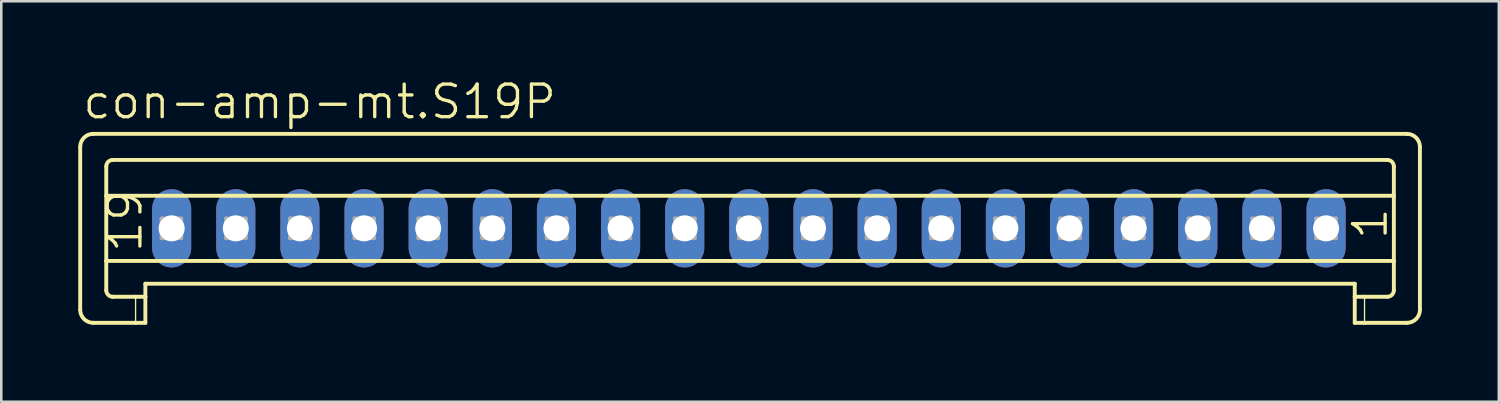
<source format=kicad_pcb>
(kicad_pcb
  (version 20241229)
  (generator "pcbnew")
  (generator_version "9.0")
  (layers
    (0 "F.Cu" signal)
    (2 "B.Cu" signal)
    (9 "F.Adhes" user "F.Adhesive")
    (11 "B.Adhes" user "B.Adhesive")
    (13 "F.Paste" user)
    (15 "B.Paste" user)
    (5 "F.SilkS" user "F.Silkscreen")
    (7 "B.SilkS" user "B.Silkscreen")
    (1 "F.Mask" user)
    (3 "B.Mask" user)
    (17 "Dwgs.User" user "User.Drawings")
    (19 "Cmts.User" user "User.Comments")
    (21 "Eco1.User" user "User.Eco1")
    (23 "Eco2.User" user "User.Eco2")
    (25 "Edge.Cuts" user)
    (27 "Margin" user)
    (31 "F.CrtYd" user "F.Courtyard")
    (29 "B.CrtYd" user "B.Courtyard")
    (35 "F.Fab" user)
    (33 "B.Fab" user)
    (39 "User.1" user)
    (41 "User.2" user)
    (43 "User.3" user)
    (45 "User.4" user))
  (footprint "con-amp-mt.S19P"
    (layer "F.Cu")
    (at 26.141 5.851)
    (property "Reference" "con-amp-mt.S19P" (at -26.039 -4.191 0) (layer "F.SilkS") (effects (font (size 1.27 1.27) (thickness 0.13)) (justify left bottom)))
    (attr through_hole)
    (fp_line (start -26.065 -3.175) (end -26.065 3.175) (stroke (width 0.152) (type default)) (layer "F.SilkS"))
    (fp_line (start -25.557 -3.683) (end 25.65 -3.683) (stroke (width 0.152) (type default)) (layer "F.SilkS"))
    (fp_line (start -25.049 -1.27) (end -25.049 -2.413) (stroke (width 0.152) (type default)) (layer "F.SilkS"))
    (fp_line (start -25.049 -1.27) (end 25.142 -1.27) (stroke (width 0.152) (type default)) (layer "F.SilkS"))
    (fp_line (start -25.049 1.27) (end -25.049 -1.27) (stroke (width 0.152) (type default)) (layer "F.SilkS"))
    (fp_line (start -25.049 1.27) (end 25.142 1.27) (stroke (width 0.152) (type default)) (layer "F.SilkS"))
    (fp_line (start -25.049 2.413) (end -25.049 1.27) (stroke (width 0.152) (type default)) (layer "F.SilkS"))
    (fp_line (start -24.795 -2.667) (end 24.888 -2.667) (stroke (width 0.152) (type default)) (layer "F.SilkS"))
    (fp_line (start -24.795 2.667) (end -23.906 2.667) (stroke (width 0.152) (type default)) (layer "F.SilkS"))
    (fp_line (start -23.906 2.667) (end -23.906 3.683) (stroke (width 0.051) (type default)) (layer "F.SilkS"))
    (fp_line (start -23.906 2.667) (end -23.525 2.667) (stroke (width 0.152) (type default)) (layer "F.SilkS"))
    (fp_line (start -23.906 3.683) (end -25.557 3.683) (stroke (width 0.152) (type default)) (layer "F.SilkS"))
    (fp_line (start -23.525 2.159) (end 23.618 2.159) (stroke (width 0.152) (type default)) (layer "F.SilkS"))
    (fp_line (start -23.525 2.667) (end -23.525 2.159) (stroke (width 0.152) (type default)) (layer "F.SilkS"))
    (fp_line (start -23.525 2.667) (end -23.525 3.683) (stroke (width 0.152) (type default)) (layer "F.SilkS"))
    (fp_line (start -23.525 3.683) (end -23.906 3.683) (stroke (width 0.152) (type default)) (layer "F.SilkS"))
    (fp_line (start 23.618 2.667) (end 23.618 2.159) (stroke (width 0.152) (type default)) (layer "F.SilkS"))
    (fp_line (start 23.618 2.667) (end 23.999 2.667) (stroke (width 0.152) (type default)) (layer "F.SilkS"))
    (fp_line (start 23.618 3.683) (end 23.618 2.667) (stroke (width 0.152) (type default)) (layer "F.SilkS"))
    (fp_line (start 23.999 2.667) (end 23.999 3.683) (stroke (width 0.051) (type default)) (layer "F.SilkS"))
    (fp_line (start 23.999 2.667) (end 24.888 2.667) (stroke (width 0.152) (type default)) (layer "F.SilkS"))
    (fp_line (start 23.999 3.683) (end 23.618 3.683) (stroke (width 0.152) (type default)) (layer "F.SilkS"))
    (fp_line (start 25.142 -1.27) (end 25.142 -2.413) (stroke (width 0.152) (type default)) (layer "F.SilkS"))
    (fp_line (start 25.142 1.27) (end 25.142 -1.27) (stroke (width 0.152) (type default)) (layer "F.SilkS"))
    (fp_line (start 25.142 2.413) (end 25.142 1.27) (stroke (width 0.152) (type default)) (layer "F.SilkS"))
    (fp_line (start 25.65 3.683) (end 23.999 3.683) (stroke (width 0.152) (type default)) (layer "F.SilkS"))
    (fp_line (start 26.158 -3.175) (end 26.158 3.175) (stroke (width 0.152) (type default)) (layer "F.SilkS"))
    (fp_arc (start -26.065 -3.175) (mid -25.91621 -3.53421) (end -25.557 -3.683) (stroke (width 0.1524) (type default)) (layer "F.SilkS"))
    (fp_arc (start -25.557 3.683) (mid -25.91621 3.53421) (end -26.065 3.175) (stroke (width 0.1524) (type default)) (layer "F.SilkS"))
    (fp_arc (start -25.049 -2.413) (mid -24.974605 -2.592605) (end -24.795 -2.667) (stroke (width 0.1524) (type default)) (layer "F.SilkS"))
    (fp_arc (start -24.795 2.667) (mid -24.974605 2.592605) (end -25.049 2.413) (stroke (width 0.1524) (type default)) (layer "F.SilkS"))
    (fp_arc (start 24.888 -2.667) (mid 25.067605 -2.592605) (end 25.142 -2.413) (stroke (width 0.1524) (type default)) (layer "F.SilkS"))
    (fp_arc (start 25.142 2.413) (mid 25.067605 2.592605) (end 24.888 2.667) (stroke (width 0.1524) (type default)) (layer "F.SilkS"))
    (fp_arc (start 25.65 -3.683) (mid 26.00921 -3.53421) (end 26.158 -3.175) (stroke (width 0.1524) (type default)) (layer "F.SilkS"))
    (fp_arc (start 26.158 3.175) (mid 26.00921 3.53421) (end 25.65 3.683) (stroke (width 0.1524) (type default)) (layer "F.SilkS"))
    (fp_line (start -22.89 -0.381) (end -22.89 0.381) (stroke (width 0.152) (type default)) (layer "F.Fab"))
    (fp_line (start -22.89 -0.381) (end -22.128 0.381) (stroke (width 0.152) (type default)) (layer "F.Fab"))
    (fp_line (start -22.89 0.381) (end -22.128 0.381) (stroke (width 0.152) (type default)) (layer "F.Fab"))
    (fp_line (start -22.128 -0.381) (end -22.89 -0.381) (stroke (width 0.152) (type default)) (layer "F.Fab"))
    (fp_line (start -22.128 -0.381) (end -22.89 0.381) (stroke (width 0.152) (type default)) (layer "F.Fab"))
    (fp_line (start -22.128 0.381) (end -22.128 -0.381) (stroke (width 0.152) (type default)) (layer "F.Fab"))
    (fp_line (start -20.375 -0.381) (end -20.375 0.381) (stroke (width 0.152) (type default)) (layer "F.Fab"))
    (fp_line (start -20.375 -0.381) (end -19.613 0.381) (stroke (width 0.152) (type default)) (layer "F.Fab"))
    (fp_line (start -20.375 0.381) (end -19.613 0.381) (stroke (width 0.152) (type default)) (layer "F.Fab"))
    (fp_line (start -19.613 -0.381) (end -20.375 -0.381) (stroke (width 0.152) (type default)) (layer "F.Fab"))
    (fp_line (start -19.613 -0.381) (end -20.375 0.381) (stroke (width 0.152) (type default)) (layer "F.Fab"))
    (fp_line (start -19.613 0.381) (end -19.613 -0.381) (stroke (width 0.152) (type default)) (layer "F.Fab"))
    (fp_line (start -17.886 -0.381) (end -17.886 0.381) (stroke (width 0.152) (type default)) (layer "F.Fab"))
    (fp_line (start -17.886 -0.381) (end -17.124 0.381) (stroke (width 0.152) (type default)) (layer "F.Fab"))
    (fp_line (start -17.886 0.381) (end -17.124 0.381) (stroke (width 0.152) (type default)) (layer "F.Fab"))
    (fp_line (start -17.124 -0.381) (end -17.886 -0.381) (stroke (width 0.152) (type default)) (layer "F.Fab"))
    (fp_line (start -17.124 -0.381) (end -17.886 0.381) (stroke (width 0.152) (type default)) (layer "F.Fab"))
    (fp_line (start -17.124 0.381) (end -17.124 -0.381) (stroke (width 0.152) (type default)) (layer "F.Fab"))
    (fp_line (start -15.371 -0.381) (end -15.371 0.381) (stroke (width 0.152) (type default)) (layer "F.Fab"))
    (fp_line (start -15.371 -0.381) (end -14.609 0.381) (stroke (width 0.152) (type default)) (layer "F.Fab"))
    (fp_line (start -15.371 0.381) (end -14.609 0.381) (stroke (width 0.152) (type default)) (layer "F.Fab"))
    (fp_line (start -14.609 -0.381) (end -15.371 -0.381) (stroke (width 0.152) (type default)) (layer "F.Fab"))
    (fp_line (start -14.609 -0.381) (end -15.371 0.381) (stroke (width 0.152) (type default)) (layer "F.Fab"))
    (fp_line (start -14.609 0.381) (end -14.609 -0.381) (stroke (width 0.152) (type default)) (layer "F.Fab"))
    (fp_line (start -12.882 -0.381) (end -12.882 0.381) (stroke (width 0.152) (type default)) (layer "F.Fab"))
    (fp_line (start -12.882 -0.381) (end -12.12 0.381) (stroke (width 0.152) (type default)) (layer "F.Fab"))
    (fp_line (start -12.882 0.381) (end -12.12 0.381) (stroke (width 0.152) (type default)) (layer "F.Fab"))
    (fp_line (start -12.12 -0.381) (end -12.882 -0.381) (stroke (width 0.152) (type default)) (layer "F.Fab"))
    (fp_line (start -12.12 -0.381) (end -12.882 0.381) (stroke (width 0.152) (type default)) (layer "F.Fab"))
    (fp_line (start -12.12 0.381) (end -12.12 -0.381) (stroke (width 0.152) (type default)) (layer "F.Fab"))
    (fp_line (start -10.393 -0.381) (end -10.393 0.381) (stroke (width 0.152) (type default)) (layer "F.Fab"))
    (fp_line (start -10.393 -0.381) (end -9.631 0.381) (stroke (width 0.152) (type default)) (layer "F.Fab"))
    (fp_line (start -10.393 0.381) (end -9.631 0.381) (stroke (width 0.152) (type default)) (layer "F.Fab"))
    (fp_line (start -9.631 -0.381) (end -10.393 -0.381) (stroke (width 0.152) (type default)) (layer "F.Fab"))
    (fp_line (start -9.631 -0.381) (end -10.393 0.381) (stroke (width 0.152) (type default)) (layer "F.Fab"))
    (fp_line (start -9.631 0.381) (end -9.631 -0.381) (stroke (width 0.152) (type default)) (layer "F.Fab"))
    (fp_line (start -7.878 -0.381) (end -7.878 0.381) (stroke (width 0.152) (type default)) (layer "F.Fab"))
    (fp_line (start -7.878 -0.381) (end -7.116 0.381) (stroke (width 0.152) (type default)) (layer "F.Fab"))
    (fp_line (start -7.878 0.381) (end -7.116 0.381) (stroke (width 0.152) (type default)) (layer "F.Fab"))
    (fp_line (start -7.116 -0.381) (end -7.878 -0.381) (stroke (width 0.152) (type default)) (layer "F.Fab"))
    (fp_line (start -7.116 -0.381) (end -7.878 0.381) (stroke (width 0.152) (type default)) (layer "F.Fab"))
    (fp_line (start -7.116 0.381) (end -7.116 -0.381) (stroke (width 0.152) (type default)) (layer "F.Fab"))
    (fp_line (start -5.389 -0.381) (end -5.389 0.381) (stroke (width 0.152) (type default)) (layer "F.Fab"))
    (fp_line (start -5.389 -0.381) (end -4.627 0.381) (stroke (width 0.152) (type default)) (layer "F.Fab"))
    (fp_line (start -5.389 0.381) (end -4.627 0.381) (stroke (width 0.152) (type default)) (layer "F.Fab"))
    (fp_line (start -4.627 -0.381) (end -5.389 -0.381) (stroke (width 0.152) (type default)) (layer "F.Fab"))
    (fp_line (start -4.627 -0.381) (end -5.389 0.381) (stroke (width 0.152) (type default)) (layer "F.Fab"))
    (fp_line (start -4.627 0.381) (end -4.627 -0.381) (stroke (width 0.152) (type default)) (layer "F.Fab"))
    (fp_line (start -2.875 -0.381) (end -2.875 0.381) (stroke (width 0.152) (type default)) (layer "F.Fab"))
    (fp_line (start -2.875 -0.381) (end -2.113 0.381) (stroke (width 0.152) (type default)) (layer "F.Fab"))
    (fp_line (start -2.875 0.381) (end -2.113 0.381) (stroke (width 0.152) (type default)) (layer "F.Fab"))
    (fp_line (start -2.113 -0.381) (end -2.875 -0.381) (stroke (width 0.152) (type default)) (layer "F.Fab"))
    (fp_line (start -2.113 -0.381) (end -2.875 0.381) (stroke (width 0.152) (type default)) (layer "F.Fab"))
    (fp_line (start -2.113 0.381) (end -2.113 -0.381) (stroke (width 0.152) (type default)) (layer "F.Fab"))
    (fp_line (start -0.385 -0.381) (end -0.385 0.381) (stroke (width 0.152) (type default)) (layer "F.Fab"))
    (fp_line (start -0.385 -0.381) (end 0.377 0.381) (stroke (width 0.152) (type default)) (layer "F.Fab"))
    (fp_line (start -0.385 0.381) (end 0.377 0.381) (stroke (width 0.152) (type default)) (layer "F.Fab"))
    (fp_line (start 0.377 -0.381) (end -0.385 -0.381) (stroke (width 0.152) (type default)) (layer "F.Fab"))
    (fp_line (start 0.377 -0.381) (end -0.385 0.381) (stroke (width 0.152) (type default)) (layer "F.Fab"))
    (fp_line (start 0.377 0.381) (end 0.377 -0.381) (stroke (width 0.152) (type default)) (layer "F.Fab"))
    (fp_line (start 2.104 -0.381) (end 2.104 0.381) (stroke (width 0.152) (type default)) (layer "F.Fab"))
    (fp_line (start 2.104 -0.381) (end 2.866 0.381) (stroke (width 0.152) (type default)) (layer "F.Fab"))
    (fp_line (start 2.104 0.381) (end 2.866 0.381) (stroke (width 0.152) (type default)) (layer "F.Fab"))
    (fp_line (start 2.866 -0.381) (end 2.104 -0.381) (stroke (width 0.152) (type default)) (layer "F.Fab"))
    (fp_line (start 2.866 -0.381) (end 2.104 0.381) (stroke (width 0.152) (type default)) (layer "F.Fab"))
    (fp_line (start 2.866 0.381) (end 2.866 -0.381) (stroke (width 0.152) (type default)) (layer "F.Fab"))
    (fp_line (start 4.593 -0.381) (end 4.593 0.381) (stroke (width 0.152) (type default)) (layer "F.Fab"))
    (fp_line (start 4.593 -0.381) (end 5.355 0.381) (stroke (width 0.152) (type default)) (layer "F.Fab"))
    (fp_line (start 4.593 0.381) (end 5.355 0.381) (stroke (width 0.152) (type default)) (layer "F.Fab"))
    (fp_line (start 5.355 -0.381) (end 4.593 -0.381) (stroke (width 0.152) (type default)) (layer "F.Fab"))
    (fp_line (start 5.355 -0.381) (end 4.593 0.381) (stroke (width 0.152) (type default)) (layer "F.Fab"))
    (fp_line (start 5.355 0.381) (end 5.355 -0.381) (stroke (width 0.152) (type default)) (layer "F.Fab"))
    (fp_line (start 7.108 -0.381) (end 7.108 0.381) (stroke (width 0.152) (type default)) (layer "F.Fab"))
    (fp_line (start 7.108 -0.381) (end 7.87 0.381) (stroke (width 0.152) (type default)) (layer "F.Fab"))
    (fp_line (start 7.108 0.381) (end 7.87 0.381) (stroke (width 0.152) (type default)) (layer "F.Fab"))
    (fp_line (start 7.87 -0.381) (end 7.108 -0.381) (stroke (width 0.152) (type default)) (layer "F.Fab"))
    (fp_line (start 7.87 -0.381) (end 7.108 0.381) (stroke (width 0.152) (type default)) (layer "F.Fab"))
    (fp_line (start 7.87 0.381) (end 7.87 -0.381) (stroke (width 0.152) (type default)) (layer "F.Fab"))
    (fp_line (start 9.597 -0.381) (end 9.597 0.381) (stroke (width 0.152) (type default)) (layer "F.Fab"))
    (fp_line (start 9.597 -0.381) (end 10.359 0.381) (stroke (width 0.152) (type default)) (layer "F.Fab"))
    (fp_line (start 9.597 0.381) (end 10.359 0.381) (stroke (width 0.152) (type default)) (layer "F.Fab"))
    (fp_line (start 10.359 -0.381) (end 9.597 -0.381) (stroke (width 0.152) (type default)) (layer "F.Fab"))
    (fp_line (start 10.359 -0.381) (end 9.597 0.381) (stroke (width 0.152) (type default)) (layer "F.Fab"))
    (fp_line (start 10.359 0.381) (end 10.359 -0.381) (stroke (width 0.152) (type default)) (layer "F.Fab"))
    (fp_line (start 12.137 -0.381) (end 12.137 0.381) (stroke (width 0.152) (type default)) (layer "F.Fab"))
    (fp_line (start 12.137 -0.381) (end 12.899 0.381) (stroke (width 0.152) (type default)) (layer "F.Fab"))
    (fp_line (start 12.137 0.381) (end 12.899 0.381) (stroke (width 0.152) (type default)) (layer "F.Fab"))
    (fp_line (start 12.899 -0.381) (end 12.137 -0.381) (stroke (width 0.152) (type default)) (layer "F.Fab"))
    (fp_line (start 12.899 -0.381) (end 12.137 0.381) (stroke (width 0.152) (type default)) (layer "F.Fab"))
    (fp_line (start 12.899 0.381) (end 12.899 -0.381) (stroke (width 0.152) (type default)) (layer "F.Fab"))
    (fp_line (start 14.626 -0.381) (end 14.626 0.381) (stroke (width 0.152) (type default)) (layer "F.Fab"))
    (fp_line (start 14.626 -0.381) (end 15.388 0.381) (stroke (width 0.152) (type default)) (layer "F.Fab"))
    (fp_line (start 14.626 0.381) (end 15.388 0.381) (stroke (width 0.152) (type default)) (layer "F.Fab"))
    (fp_line (start 15.388 -0.381) (end 14.626 -0.381) (stroke (width 0.152) (type default)) (layer "F.Fab"))
    (fp_line (start 15.388 -0.381) (end 14.626 0.381) (stroke (width 0.152) (type default)) (layer "F.Fab"))
    (fp_line (start 15.388 0.381) (end 15.388 -0.381) (stroke (width 0.152) (type default)) (layer "F.Fab"))
    (fp_line (start 17.141 -0.381) (end 17.141 0.381) (stroke (width 0.152) (type default)) (layer "F.Fab"))
    (fp_line (start 17.141 -0.381) (end 17.903 0.381) (stroke (width 0.152) (type default)) (layer "F.Fab"))
    (fp_line (start 17.141 0.381) (end 17.903 0.381) (stroke (width 0.152) (type default)) (layer "F.Fab"))
    (fp_line (start 17.903 -0.381) (end 17.141 -0.381) (stroke (width 0.152) (type default)) (layer "F.Fab"))
    (fp_line (start 17.903 -0.381) (end 17.141 0.381) (stroke (width 0.152) (type default)) (layer "F.Fab"))
    (fp_line (start 17.903 0.381) (end 17.903 -0.381) (stroke (width 0.152) (type default)) (layer "F.Fab"))
    (fp_line (start 19.63 -0.381) (end 19.63 0.381) (stroke (width 0.152) (type default)) (layer "F.Fab"))
    (fp_line (start 19.63 -0.381) (end 20.392 0.381) (stroke (width 0.152) (type default)) (layer "F.Fab"))
    (fp_line (start 19.63 0.381) (end 20.392 0.381) (stroke (width 0.152) (type default)) (layer "F.Fab"))
    (fp_line (start 20.392 -0.381) (end 19.63 -0.381) (stroke (width 0.152) (type default)) (layer "F.Fab"))
    (fp_line (start 20.392 -0.381) (end 19.63 0.381) (stroke (width 0.152) (type default)) (layer "F.Fab"))
    (fp_line (start 20.392 0.381) (end 20.392 -0.381) (stroke (width 0.152) (type default)) (layer "F.Fab"))
    (fp_line (start 22.119 -0.381) (end 22.119 0.381) (stroke (width 0.152) (type default)) (layer "F.Fab"))
    (fp_line (start 22.119 -0.381) (end 22.881 0.381) (stroke (width 0.152) (type default)) (layer "F.Fab"))
    (fp_line (start 22.119 0.381) (end 22.881 0.381) (stroke (width 0.152) (type default)) (layer "F.Fab"))
    (fp_line (start 22.881 -0.381) (end 22.119 -0.381) (stroke (width 0.152) (type default)) (layer "F.Fab"))
    (fp_line (start 22.881 -0.381) (end 22.119 0.381) (stroke (width 0.152) (type default)) (layer "F.Fab"))
    (fp_line (start 22.881 0.381) (end 22.881 -0.381) (stroke (width 0.152) (type default)) (layer "F.Fab"))
    (fp_text user "1" (at 24.964 0.508 90) (layer "F.SilkS") (effects (font (size 1.27 1.27) (thickness 0.13)) (justify left bottom)))
    (fp_text user "19" (at -23.576 1.016 90) (layer "F.SilkS") (effects (font (size 1.27 1.27) (thickness 0.13)) (justify left bottom)))
    (pad "1" thru_hole oval (at 22.5 0 90) (size 3.048 1.524) (drill 1.016) (layers "*.Cu" "*.Mask"))
    (pad "2" thru_hole oval (at 20 0 90) (size 3.048 1.524) (drill 1.016) (layers "*.Cu" "*.Mask"))
    (pad "3" thru_hole oval (at 17.5 0 90) (size 3.048 1.524) (drill 1.016) (layers "*.Cu" "*.Mask"))
    (pad "4" thru_hole oval (at 15 0 90) (size 3.048 1.524) (drill 1.016) (layers "*.Cu" "*.Mask"))
    (pad "5" thru_hole oval (at 12.5 0 90) (size 3.048 1.524) (drill 1.016) (layers "*.Cu" "*.Mask"))
    (pad "6" thru_hole oval (at 10 0 90) (size 3.048 1.524) (drill 1.016) (layers "*.Cu" "*.Mask"))
    (pad "7" thru_hole oval (at 7.5 0 90) (size 3.048 1.524) (drill 1.016) (layers "*.Cu" "*.Mask"))
    (pad "8" thru_hole oval (at 5 0 90) (size 3.048 1.524) (drill 1.016) (layers "*.Cu" "*.Mask"))
    (pad "9" thru_hole oval (at 2.5 0 90) (size 3.048 1.524) (drill 1.016) (layers "*.Cu" "*.Mask"))
    (pad "10" thru_hole oval (at 0 0 90) (size 3.048 1.524) (drill 1.016) (layers "*.Cu" "*.Mask"))
    (pad "11" thru_hole oval (at -2.5 0 90) (size 3.048 1.524) (drill 1.016) (layers "*.Cu" "*.Mask"))
    (pad "12" thru_hole oval (at -5 0 90) (size 3.048 1.524) (drill 1.016) (layers "*.Cu" "*.Mask"))
    (pad "13" thru_hole oval (at -7.5 0 90) (size 3.048 1.524) (drill 1.016) (layers "*.Cu" "*.Mask"))
    (pad "14" thru_hole oval (at -10 0 90) (size 3.048 1.524) (drill 1.016) (layers "*.Cu" "*.Mask"))
    (pad "15" thru_hole oval (at -12.5 0 90) (size 3.048 1.524) (drill 1.016) (layers "*.Cu" "*.Mask"))
    (pad "16" thru_hole oval (at -15 0 90) (size 3.048 1.524) (drill 1.016) (layers "*.Cu" "*.Mask"))
    (pad "17" thru_hole oval (at -17.5 0 90) (size 3.048 1.524) (drill 1.016) (layers "*.Cu" "*.Mask"))
    (pad "18" thru_hole oval (at -20 0 90) (size 3.048 1.524) (drill 1.016) (layers "*.Cu" "*.Mask"))
    (pad "19" thru_hole oval (at -22.5 0 90) (size 3.048 1.524) (drill 1.016) (layers "*.Cu" "*.Mask")))
  (gr_rect
    (start -3 -3)
    (end 55.375 12.61)
    (stroke (width 0.1) (type default))
    (fill no)
    (layer "Edge.Cuts")))
</source>
